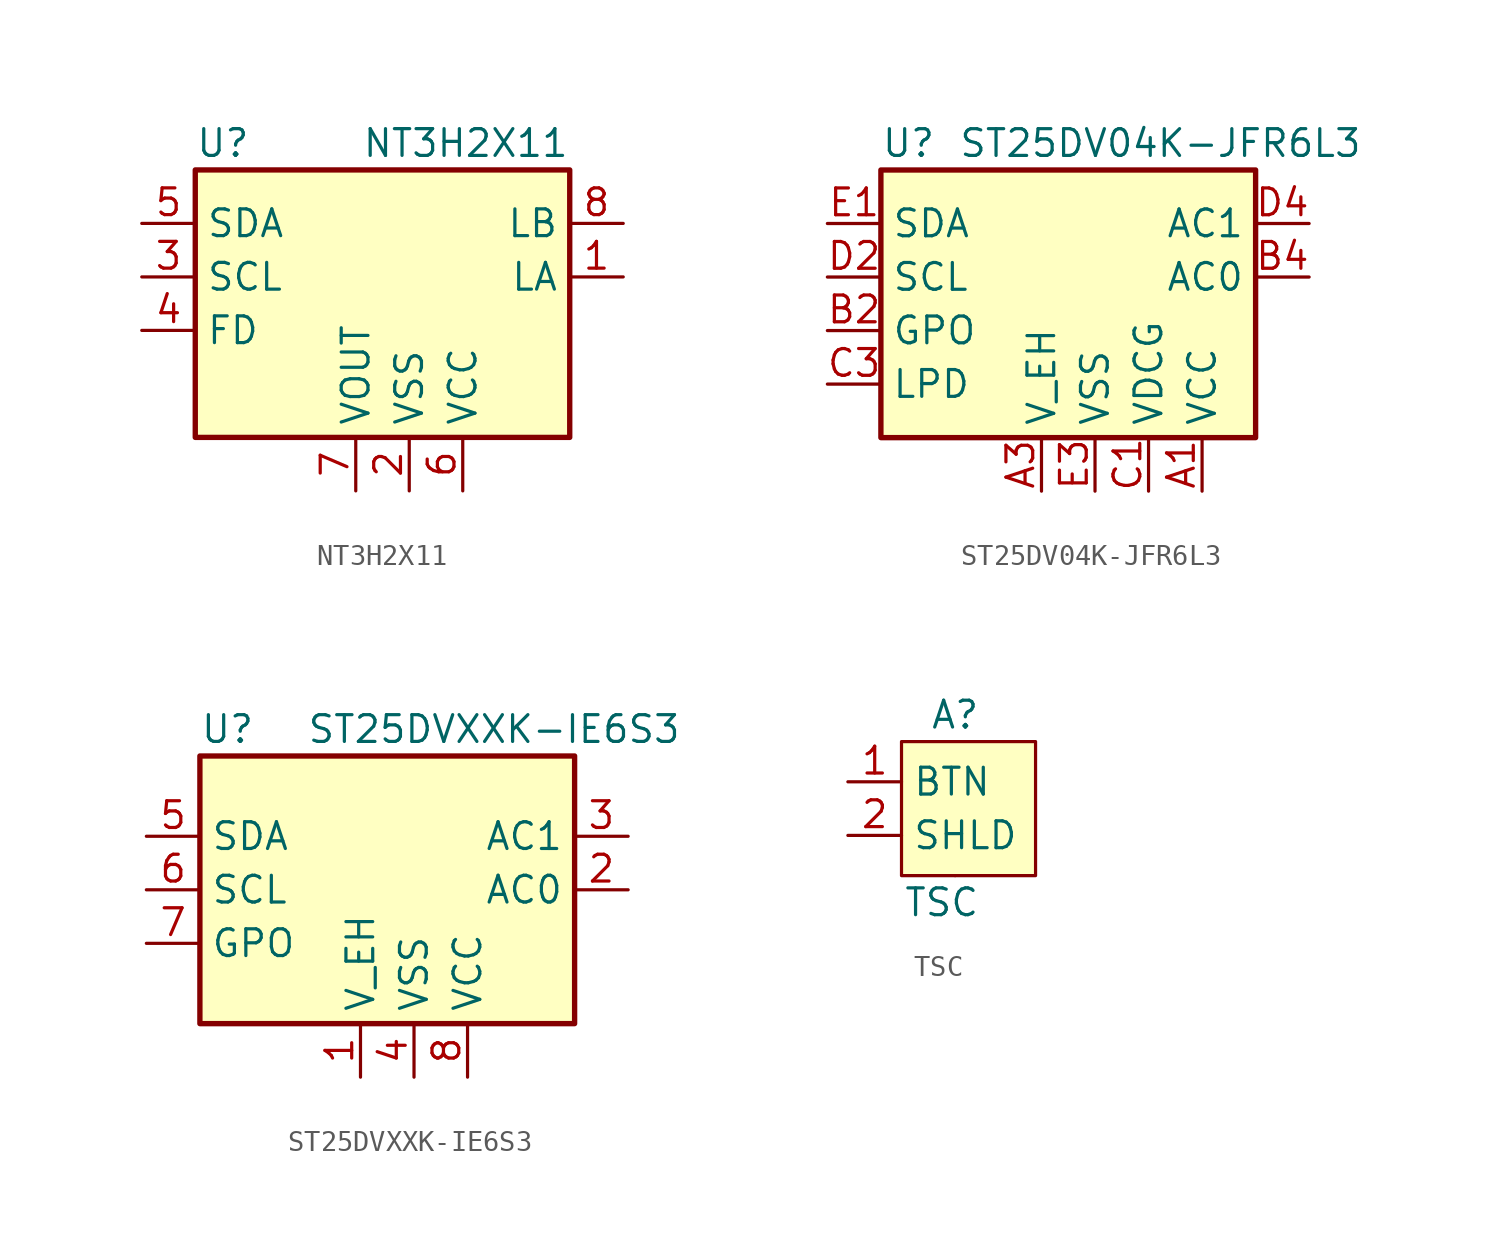
<source format=kicad_sym>
(kicad_symbol_lib
  (version 20211014)
  (generator kicad_symbol_editor)
  (symbol "NT3H2X11"
    (property "Reference" "U"
      (at -10.16 6.35 0)
      (effects (font (size 1.27 1.27)) (justify left)))
    (property "Value" "NT3H2X11"
      (at 7.62 6.35 0)
      (effects (font (size 1.27 1.27)) (justify right)))
    (symbol "NT3H2X11_0_1"
      (rectangle (start -10.16 5.08) (end 7.62 -7.62) (stroke (width 0.254) (type default) (color 0 0 0 0)) (fill (type background))))
    (symbol "NT3H2X11_1_1"
      (pin passive line (at 10.16 0 180) (length 2.54) (name "LA" (effects (font (size 1.27 1.27)))) (number "1" (effects (font (size 1.27 1.27)))))
      (pin power_in line (at 0 -10.16 90) (length 2.54) (name "VSS" (effects (font (size 1.27 1.27)))) (number "2" (effects (font (size 1.27 1.27)))))
      (pin input line (at -12.7 0 0) (length 2.54) (name "SCL" (effects (font (size 1.27 1.27)))) (number "3" (effects (font (size 1.27 1.27)))))
      (pin output line (at -12.7 -2.54 0) (length 2.54) (name "FD" (effects (font (size 1.27 1.27)))) (number "4" (effects (font (size 1.27 1.27)))))
      (pin bidirectional line (at -12.7 2.54 0) (length 2.54) (name "SDA" (effects (font (size 1.27 1.27)))) (number "5" (effects (font (size 1.27 1.27)))))
      (pin power_in line (at 2.54 -10.16 90) (length 2.54) (name "VCC" (effects (font (size 1.27 1.27)))) (number "6" (effects (font (size 1.27 1.27)))))
      (pin power_out line (at -2.54 -10.16 90) (length 2.54) (name "VOUT" (effects (font (size 1.27 1.27)))) (number "7" (effects (font (size 1.27 1.27)))))
      (pin passive line (at 10.16 2.54 180) (length 2.54) (name "LB" (effects (font (size 1.27 1.27)))) (number "8" (effects (font (size 1.27 1.27)))))))
  (symbol "ST25DV04K-JFR6L3"
    (property "Reference" "U"
      (at -10.16 6.35 0)
      (effects (font (size 1.27 1.27)) (justify left)))
    (property "Value" "ST25DV04K-JFR6L3"
      (at 12.7 6.35 0)
      (effects (font (size 1.27 1.27)) (justify right)))
    (symbol "ST25DV04K-JFR6L3_0_1"
      (rectangle (start -10.16 5.08) (end 7.62 -7.62) (stroke (width 0.254) (type default) (color 0 0 0 0)) (fill (type background))))
    (symbol "ST25DV04K-JFR6L3_1_1"
      (pin power_in line (at 5.08 -10.16 90) (length 2.54) (name "VCC" (effects (font (size 1.27 1.27)))) (number "A1" (effects (font (size 1.27 1.27)))))
      (pin power_out line (at -2.54 -10.16 90) (length 2.54) (name "V_EH" (effects (font (size 1.27 1.27)))) (number "A3" (effects (font (size 1.27 1.27)))))
      (pin output line (at -12.7 -2.54 0) (length 2.54) (name "GPO" (effects (font (size 1.27 1.27)))) (number "B2" (effects (font (size 1.27 1.27)))))
      (pin passive line (at 10.16 0 180) (length 2.54) (name "AC0" (effects (font (size 1.27 1.27)))) (number "B4" (effects (font (size 1.27 1.27)))))
      (pin power_in line (at 2.54 -10.16 90) (length 2.54) (name "VDCG" (effects (font (size 1.27 1.27)))) (number "C1" (effects (font (size 1.27 1.27)))))
      (pin input line (at -12.7 -5.08 0) (length 2.54) (name "LPD" (effects (font (size 1.27 1.27)))) (number "C3" (effects (font (size 1.27 1.27)))))
      (pin input line (at -12.7 0 0) (length 2.54) (name "SCL" (effects (font (size 1.27 1.27)))) (number "D2" (effects (font (size 1.27 1.27)))))
      (pin passive line (at 10.16 2.54 180) (length 2.54) (name "AC1" (effects (font (size 1.27 1.27)))) (number "D4" (effects (font (size 1.27 1.27)))))
      (pin bidirectional line (at -12.7 2.54 0) (length 2.54) (name "SDA" (effects (font (size 1.27 1.27)))) (number "E1" (effects (font (size 1.27 1.27)))))
      (pin power_in line (at 0 -10.16 90) (length 2.54) (name "VSS" (effects (font (size 1.27 1.27)))) (number "E3" (effects (font (size 1.27 1.27)))))))
  (symbol "ST25DVXXK-IE6S3"
    (property "Reference" "U"
      (at -10.16 6.35 0)
      (effects (font (size 1.27 1.27)) (justify left)))
    (property "Value" "ST25DVXXK-IE6S3"
      (at 12.7 6.35 0)
      (effects (font (size 1.27 1.27)) (justify right)))
    (symbol "ST25DVXXK-IE6S3_0_1"
      (rectangle (start -10.16 5.08) (end 7.62 -7.62) (stroke (width 0.254) (type default) (color 0 0 0 0)) (fill (type background))))
    (symbol "ST25DVXXK-IE6S3_1_1"
      (pin power_out line (at -2.54 -10.16 90) (length 2.54) (name "V_EH" (effects (font (size 1.27 1.27)))) (number "1" (effects (font (size 1.27 1.27)))))
      (pin passive line (at 10.16 -1.27 180) (length 2.54) (name "AC0" (effects (font (size 1.27 1.27)))) (number "2" (effects (font (size 1.27 1.27)))))
      (pin passive line (at 10.16 1.27 180) (length 2.54) (name "AC1" (effects (font (size 1.27 1.27)))) (number "3" (effects (font (size 1.27 1.27)))))
      (pin power_in line (at 0 -10.16 90) (length 2.54) (name "VSS" (effects (font (size 1.27 1.27)))) (number "4" (effects (font (size 1.27 1.27)))))
      (pin bidirectional line (at -12.7 1.27 0) (length 2.54) (name "SDA" (effects (font (size 1.27 1.27)))) (number "5" (effects (font (size 1.27 1.27)))))
      (pin input line (at -12.7 -1.27 0) (length 2.54) (name "SCL" (effects (font (size 1.27 1.27)))) (number "6" (effects (font (size 1.27 1.27)))))
      (pin output line (at -12.7 -3.81 0) (length 2.54) (name "GPO" (effects (font (size 1.27 1.27)))) (number "7" (effects (font (size 1.27 1.27)))))
      (pin power_in line (at 2.54 -10.16 90) (length 2.54) (name "VCC" (effects (font (size 1.27 1.27)))) (number "8" (effects (font (size 1.27 1.27)))))))
  (symbol "TSC"
    (property "Reference" "A"
      (at 2.54 4.445 0)
      (effects (font (size 1.27 1.27))))
    (property "Value" "TSC"
      (at 1.905 -4.445 0)
      (effects (font (size 1.27 1.27))))
    (symbol "TSC_0_1"
      (rectangle (start 0 3.175) (end 6.35 -3.175) (stroke (width 0.152) (type default) (color 0 0 0 0)) (fill (type background)))
      (rectangle (start 2.54 -3.175) (end 2.54 -3.175) (stroke (width 0.152) (type default) (color 0 0 0 0)) (fill (type none))))
    (symbol "TSC_1_1"
      (pin passive line (at -2.54 1.27 0) (length 2.54) (name "BTN" (effects (font (size 1.27 1.27)))) (number "1" (effects (font (size 1.27 1.27)))))
      (pin passive line (at -2.54 -1.27 0) (length 2.54) (name "SHLD" (effects (font (size 1.27 1.27)))) (number "2" (effects (font (size 1.27 1.27))))))))
</source>
